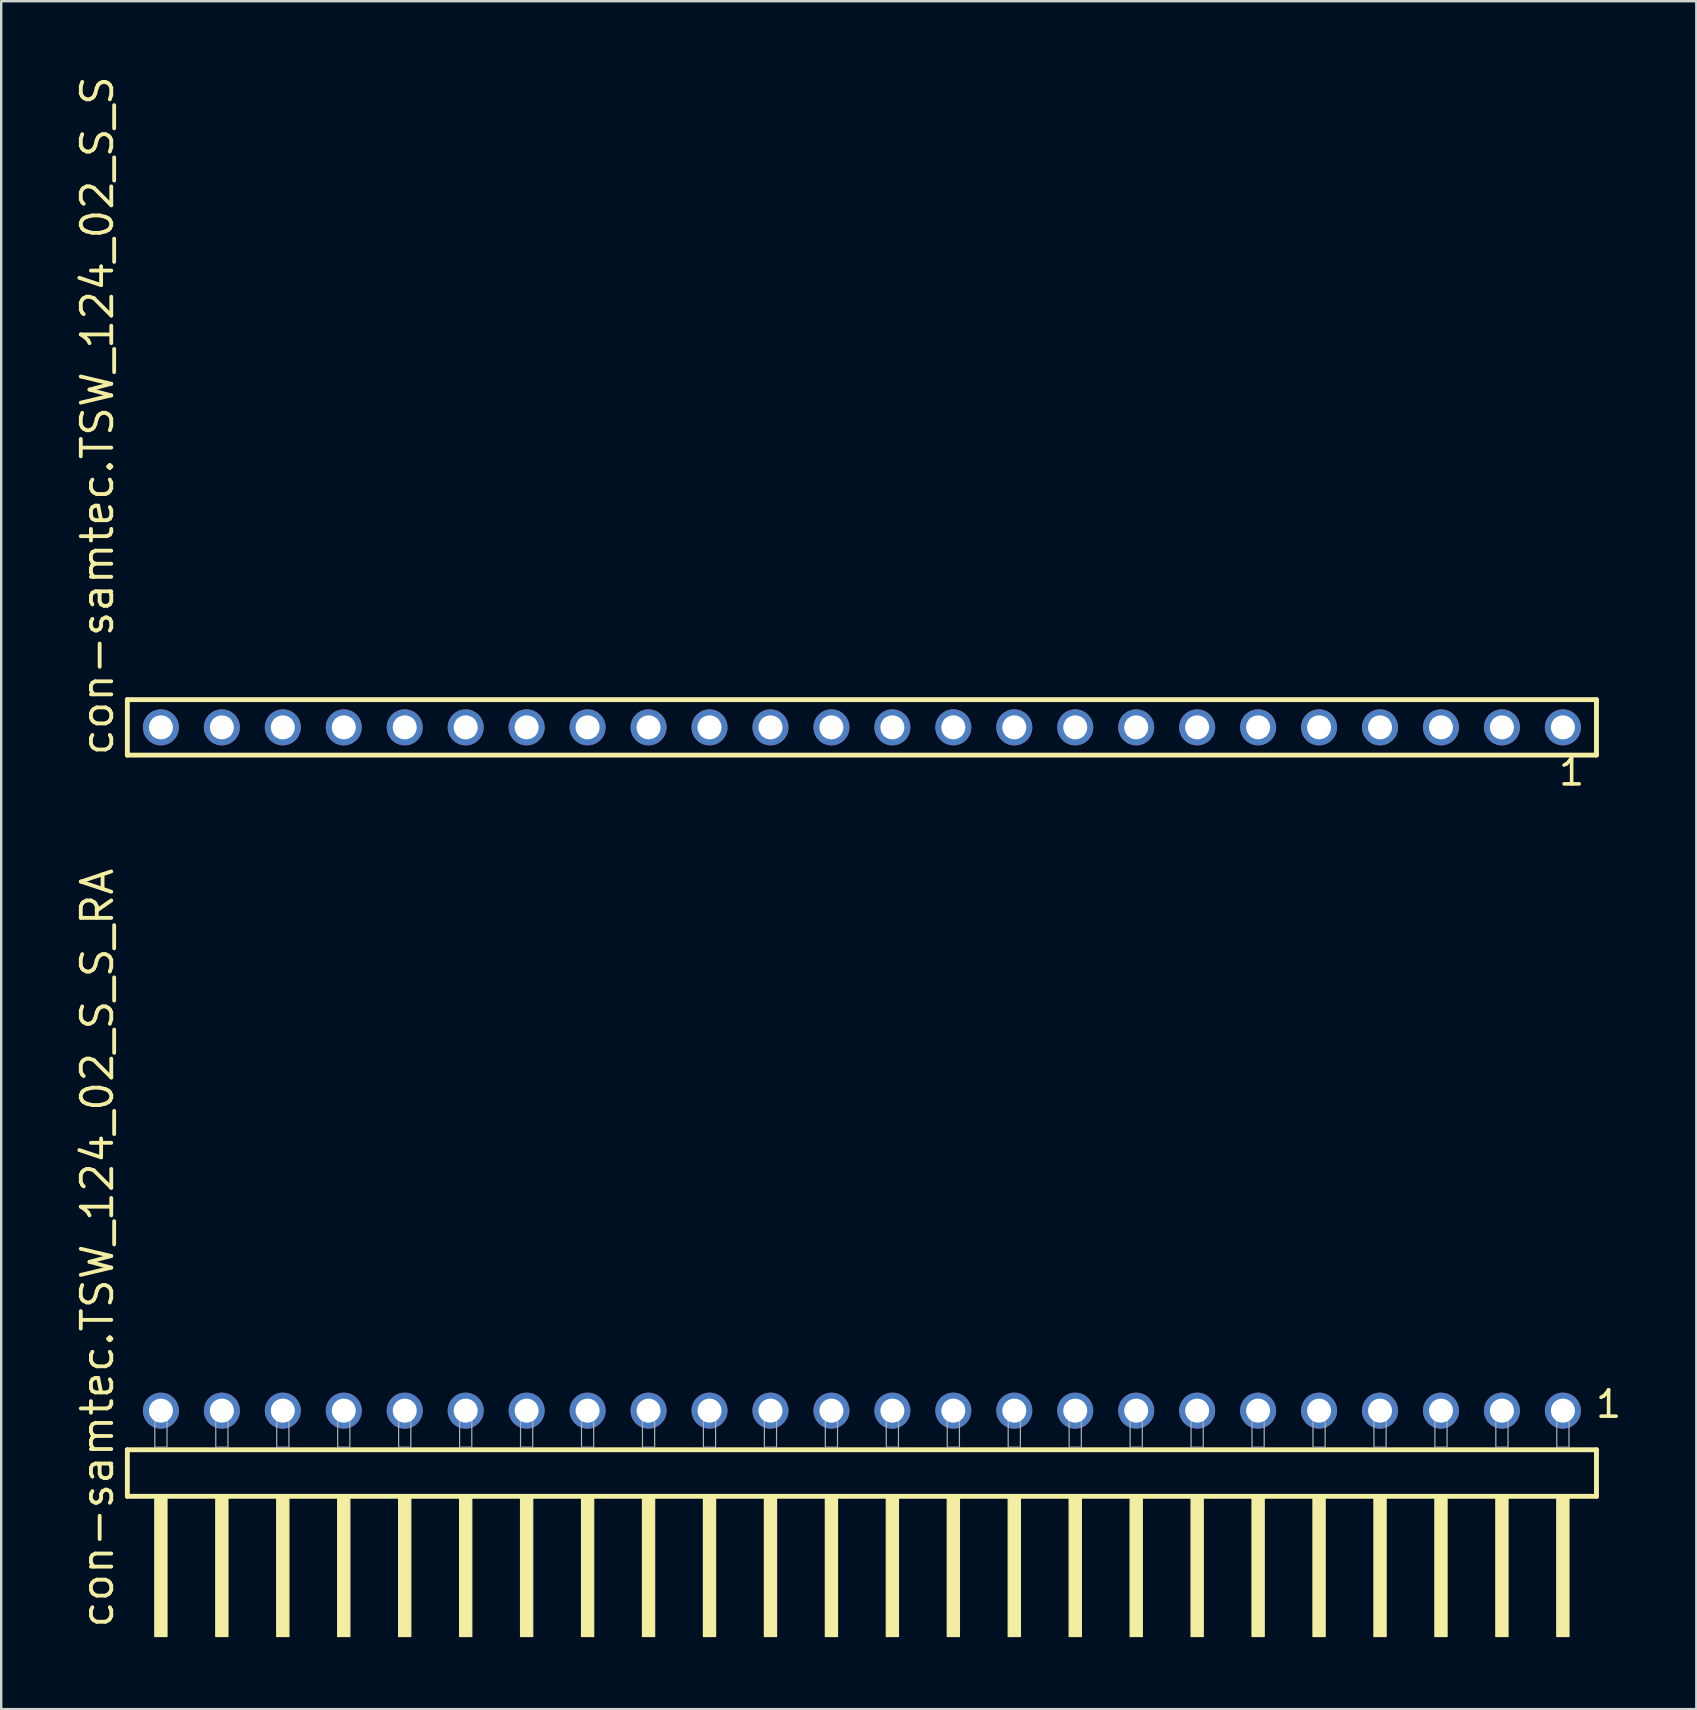
<source format=kicad_pcb>
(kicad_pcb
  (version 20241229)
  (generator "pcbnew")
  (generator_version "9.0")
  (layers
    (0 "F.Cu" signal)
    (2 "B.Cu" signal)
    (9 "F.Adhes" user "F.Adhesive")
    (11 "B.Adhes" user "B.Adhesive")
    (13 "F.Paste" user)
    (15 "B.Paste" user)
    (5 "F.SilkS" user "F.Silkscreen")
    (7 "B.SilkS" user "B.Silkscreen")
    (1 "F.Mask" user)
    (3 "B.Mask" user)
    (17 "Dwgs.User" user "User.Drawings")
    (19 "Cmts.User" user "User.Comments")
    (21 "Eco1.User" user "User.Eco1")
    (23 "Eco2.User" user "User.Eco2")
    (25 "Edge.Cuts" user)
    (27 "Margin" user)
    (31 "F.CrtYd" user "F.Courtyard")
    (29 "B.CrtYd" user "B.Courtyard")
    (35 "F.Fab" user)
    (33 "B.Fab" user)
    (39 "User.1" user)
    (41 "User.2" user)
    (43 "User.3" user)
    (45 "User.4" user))
  (footprint "con-samtec.TSW_124_02_S_S_RA"
    (layer "F.Cu")
    (at 32.865 57.255)
    (property "Reference" "con-samtec.TSW_124_02_S_S_RA" (at -31.115 7.62 90) (layer "F.SilkS") (effects (font (size 1.27 1.27) (thickness 0.16)) (justify left bottom)))
    (attr through_hole)
    (fp_line (start -30.609 0.106) (end -30.609 2.046) (stroke (width 0.203) (type default)) (layer "F.SilkS"))
    (fp_line (start -30.609 2.046) (end 30.609 2.046) (stroke (width 0.203) (type default)) (layer "F.SilkS"))
    (fp_line (start 30.609 0.106) (end -30.609 0.106) (stroke (width 0.203) (type default)) (layer "F.SilkS"))
    (fp_line (start 30.609 2.046) (end 30.609 0.106) (stroke (width 0.203) (type default)) (layer "F.SilkS"))
    (fp_rect (start -29.464 7.89) (end -28.956 2.04) (stroke (width 0.05) (type default)) (fill yes) (layer "F.SilkS"))
    (fp_rect (start -26.924 7.89) (end -26.416 2.04) (stroke (width 0.05) (type default)) (fill yes) (layer "F.SilkS"))
    (fp_rect (start -24.384 7.89) (end -23.876 2.04) (stroke (width 0.05) (type default)) (fill yes) (layer "F.SilkS"))
    (fp_rect (start -21.844 7.89) (end -21.336 2.04) (stroke (width 0.05) (type default)) (fill yes) (layer "F.SilkS"))
    (fp_rect (start -19.304 7.89) (end -18.796 2.04) (stroke (width 0.05) (type default)) (fill yes) (layer "F.SilkS"))
    (fp_rect (start -16.764 7.89) (end -16.256 2.04) (stroke (width 0.05) (type default)) (fill yes) (layer "F.SilkS"))
    (fp_rect (start -14.224 7.89) (end -13.716 2.04) (stroke (width 0.05) (type default)) (fill yes) (layer "F.SilkS"))
    (fp_rect (start -11.684 7.89) (end -11.176 2.04) (stroke (width 0.05) (type default)) (fill yes) (layer "F.SilkS"))
    (fp_rect (start -9.144 7.89) (end -8.636 2.04) (stroke (width 0.05) (type default)) (fill yes) (layer "F.SilkS"))
    (fp_rect (start -6.604 7.89) (end -6.096 2.04) (stroke (width 0.05) (type default)) (fill yes) (layer "F.SilkS"))
    (fp_rect (start -4.064 7.89) (end -3.556 2.04) (stroke (width 0.05) (type default)) (fill yes) (layer "F.SilkS"))
    (fp_rect (start -1.524 7.89) (end -1.016 2.04) (stroke (width 0.05) (type default)) (fill yes) (layer "F.SilkS"))
    (fp_rect (start 1.016 7.89) (end 1.524 2.04) (stroke (width 0.05) (type default)) (fill yes) (layer "F.SilkS"))
    (fp_rect (start 3.556 7.89) (end 4.064 2.04) (stroke (width 0.05) (type default)) (fill yes) (layer "F.SilkS"))
    (fp_rect (start 6.096 7.89) (end 6.604 2.04) (stroke (width 0.05) (type default)) (fill yes) (layer "F.SilkS"))
    (fp_rect (start 8.636 7.89) (end 9.144 2.04) (stroke (width 0.05) (type default)) (fill yes) (layer "F.SilkS"))
    (fp_rect (start 11.176 7.89) (end 11.684 2.04) (stroke (width 0.05) (type default)) (fill yes) (layer "F.SilkS"))
    (fp_rect (start 13.716 7.89) (end 14.224 2.04) (stroke (width 0.05) (type default)) (fill yes) (layer "F.SilkS"))
    (fp_rect (start 16.256 7.89) (end 16.764 2.04) (stroke (width 0.05) (type default)) (fill yes) (layer "F.SilkS"))
    (fp_rect (start 18.796 7.89) (end 19.304 2.04) (stroke (width 0.05) (type default)) (fill yes) (layer "F.SilkS"))
    (fp_rect (start 21.336 7.89) (end 21.844 2.04) (stroke (width 0.05) (type default)) (fill yes) (layer "F.SilkS"))
    (fp_rect (start 23.876 7.89) (end 24.384 2.04) (stroke (width 0.05) (type default)) (fill yes) (layer "F.SilkS"))
    (fp_rect (start 26.416 7.89) (end 26.924 2.04) (stroke (width 0.05) (type default)) (fill yes) (layer "F.SilkS"))
    (fp_rect (start 28.956 7.89) (end 29.464 2.04) (stroke (width 0.05) (type default)) (fill yes) (layer "F.SilkS"))
    (fp_rect (start -29.464 0) (end -28.956 -1.778) (stroke (width 0.05) (type default)) (fill no) (layer "F.Fab"))
    (fp_rect (start -26.924 0) (end -26.416 -1.778) (stroke (width 0.05) (type default)) (fill no) (layer "F.Fab"))
    (fp_rect (start -24.384 0) (end -23.876 -1.778) (stroke (width 0.05) (type default)) (fill no) (layer "F.Fab"))
    (fp_rect (start -21.844 0) (end -21.336 -1.778) (stroke (width 0.05) (type default)) (fill no) (layer "F.Fab"))
    (fp_rect (start -19.304 0) (end -18.796 -1.778) (stroke (width 0.05) (type default)) (fill no) (layer "F.Fab"))
    (fp_rect (start -16.764 0) (end -16.256 -1.778) (stroke (width 0.05) (type default)) (fill no) (layer "F.Fab"))
    (fp_rect (start -14.224 0) (end -13.716 -1.778) (stroke (width 0.05) (type default)) (fill no) (layer "F.Fab"))
    (fp_rect (start -11.684 0) (end -11.176 -1.778) (stroke (width 0.05) (type default)) (fill no) (layer "F.Fab"))
    (fp_rect (start -9.144 0) (end -8.636 -1.778) (stroke (width 0.05) (type default)) (fill no) (layer "F.Fab"))
    (fp_rect (start -6.604 0) (end -6.096 -1.778) (stroke (width 0.05) (type default)) (fill no) (layer "F.Fab"))
    (fp_rect (start -4.064 0) (end -3.556 -1.778) (stroke (width 0.05) (type default)) (fill no) (layer "F.Fab"))
    (fp_rect (start -1.524 0) (end -1.016 -1.778) (stroke (width 0.05) (type default)) (fill no) (layer "F.Fab"))
    (fp_rect (start 1.016 0) (end 1.524 -1.778) (stroke (width 0.05) (type default)) (fill no) (layer "F.Fab"))
    (fp_rect (start 3.556 0) (end 4.064 -1.778) (stroke (width 0.05) (type default)) (fill no) (layer "F.Fab"))
    (fp_rect (start 6.096 0) (end 6.604 -1.778) (stroke (width 0.05) (type default)) (fill no) (layer "F.Fab"))
    (fp_rect (start 8.636 0) (end 9.144 -1.778) (stroke (width 0.05) (type default)) (fill no) (layer "F.Fab"))
    (fp_rect (start 11.176 0) (end 11.684 -1.778) (stroke (width 0.05) (type default)) (fill no) (layer "F.Fab"))
    (fp_rect (start 13.716 0) (end 14.224 -1.778) (stroke (width 0.05) (type default)) (fill no) (layer "F.Fab"))
    (fp_rect (start 16.256 0) (end 16.764 -1.778) (stroke (width 0.05) (type default)) (fill no) (layer "F.Fab"))
    (fp_rect (start 18.796 0) (end 19.304 -1.778) (stroke (width 0.05) (type default)) (fill no) (layer "F.Fab"))
    (fp_rect (start 21.336 0) (end 21.844 -1.778) (stroke (width 0.05) (type default)) (fill no) (layer "F.Fab"))
    (fp_rect (start 23.876 0) (end 24.384 -1.778) (stroke (width 0.05) (type default)) (fill no) (layer "F.Fab"))
    (fp_rect (start 26.416 0) (end 26.924 -1.778) (stroke (width 0.05) (type default)) (fill no) (layer "F.Fab"))
    (fp_rect (start 28.956 0) (end 29.464 -1.778) (stroke (width 0.05) (type default)) (fill no) (layer "F.Fab"))
    (fp_text user "1" (at 30.492 -1.152 0) (layer "F.SilkS") (effects (font (size 1.1 1.1) (thickness 0.15)) (justify left bottom)))
    (pad "1" thru_hole circle (at 29.21 -1.524 180) (size 1.5 1.5) (drill 1) (layers "*.Cu" "*.Mask"))
    (pad "2" thru_hole circle (at 26.67 -1.524 180) (size 1.5 1.5) (drill 1) (layers "*.Cu" "*.Mask"))
    (pad "3" thru_hole circle (at 24.13 -1.524 180) (size 1.5 1.5) (drill 1) (layers "*.Cu" "*.Mask"))
    (pad "4" thru_hole circle (at 21.59 -1.524 180) (size 1.5 1.5) (drill 1) (layers "*.Cu" "*.Mask"))
    (pad "5" thru_hole circle (at 19.05 -1.524 180) (size 1.5 1.5) (drill 1) (layers "*.Cu" "*.Mask"))
    (pad "6" thru_hole circle (at 16.51 -1.524 180) (size 1.5 1.5) (drill 1) (layers "*.Cu" "*.Mask"))
    (pad "7" thru_hole circle (at 13.97 -1.524 180) (size 1.5 1.5) (drill 1) (layers "*.Cu" "*.Mask"))
    (pad "8" thru_hole circle (at 11.43 -1.524 180) (size 1.5 1.5) (drill 1) (layers "*.Cu" "*.Mask"))
    (pad "9" thru_hole circle (at 8.89 -1.524 180) (size 1.5 1.5) (drill 1) (layers "*.Cu" "*.Mask"))
    (pad "10" thru_hole circle (at 6.35 -1.524 180) (size 1.5 1.5) (drill 1) (layers "*.Cu" "*.Mask"))
    (pad "11" thru_hole circle (at 3.81 -1.524 180) (size 1.5 1.5) (drill 1) (layers "*.Cu" "*.Mask"))
    (pad "12" thru_hole circle (at 1.27 -1.524 180) (size 1.5 1.5) (drill 1) (layers "*.Cu" "*.Mask"))
    (pad "13" thru_hole circle (at -1.27 -1.524 180) (size 1.5 1.5) (drill 1) (layers "*.Cu" "*.Mask"))
    (pad "14" thru_hole circle (at -3.81 -1.524 180) (size 1.5 1.5) (drill 1) (layers "*.Cu" "*.Mask"))
    (pad "15" thru_hole circle (at -6.35 -1.524 180) (size 1.5 1.5) (drill 1) (layers "*.Cu" "*.Mask"))
    (pad "16" thru_hole circle (at -8.89 -1.524 180) (size 1.5 1.5) (drill 1) (layers "*.Cu" "*.Mask"))
    (pad "17" thru_hole circle (at -11.43 -1.524 180) (size 1.5 1.5) (drill 1) (layers "*.Cu" "*.Mask"))
    (pad "18" thru_hole circle (at -13.97 -1.524 180) (size 1.5 1.5) (drill 1) (layers "*.Cu" "*.Mask"))
    (pad "19" thru_hole circle (at -16.51 -1.524 180) (size 1.5 1.5) (drill 1) (layers "*.Cu" "*.Mask"))
    (pad "20" thru_hole circle (at -19.05 -1.524 180) (size 1.5 1.5) (drill 1) (layers "*.Cu" "*.Mask"))
    (pad "21" thru_hole circle (at -21.59 -1.524 180) (size 1.5 1.5) (drill 1) (layers "*.Cu" "*.Mask"))
    (pad "22" thru_hole circle (at -24.13 -1.524 180) (size 1.5 1.5) (drill 1) (layers "*.Cu" "*.Mask"))
    (pad "23" thru_hole circle (at -26.67 -1.524 180) (size 1.5 1.5) (drill 1) (layers "*.Cu" "*.Mask"))
    (pad "24" thru_hole circle (at -29.21 -1.524 180) (size 1.5 1.5) (drill 1) (layers "*.Cu" "*.Mask")))
  (footprint "con-samtec.TSW_124_02_S_S"
    (layer "F.Cu")
    (at 32.865 27.259)
    (property "Reference" "con-samtec.TSW_124_02_S_S" (at -31.115 1.27 90) (layer "F.SilkS") (effects (font (size 1.27 1.27) (thickness 0.16)) (justify left bottom)))
    (attr through_hole)
    (fp_line (start -30.609 -1.155) (end 30.609 -1.155) (stroke (width 0.203) (type default)) (layer "F.SilkS"))
    (fp_line (start -30.609 1.155) (end -30.609 -1.155) (stroke (width 0.203) (type default)) (layer "F.SilkS"))
    (fp_line (start 30.609 -1.155) (end 30.609 1.155) (stroke (width 0.203) (type default)) (layer "F.SilkS"))
    (fp_line (start 30.609 1.155) (end -30.609 1.155) (stroke (width 0.203) (type default)) (layer "F.SilkS"))
    (fp_rect (start -29.56 0.35) (end -28.86 -0.35) (stroke (width 0.05) (type default)) (fill no) (layer "F.Fab"))
    (fp_rect (start -27.02 0.35) (end -26.32 -0.35) (stroke (width 0.05) (type default)) (fill no) (layer "F.Fab"))
    (fp_rect (start -24.48 0.35) (end -23.78 -0.35) (stroke (width 0.05) (type default)) (fill no) (layer "F.Fab"))
    (fp_rect (start -21.94 0.35) (end -21.24 -0.35) (stroke (width 0.05) (type default)) (fill no) (layer "F.Fab"))
    (fp_rect (start -19.4 0.35) (end -18.7 -0.35) (stroke (width 0.05) (type default)) (fill no) (layer "F.Fab"))
    (fp_rect (start -16.86 0.35) (end -16.16 -0.35) (stroke (width 0.05) (type default)) (fill no) (layer "F.Fab"))
    (fp_rect (start -14.32 0.35) (end -13.62 -0.35) (stroke (width 0.05) (type default)) (fill no) (layer "F.Fab"))
    (fp_rect (start -11.78 0.35) (end -11.08 -0.35) (stroke (width 0.05) (type default)) (fill no) (layer "F.Fab"))
    (fp_rect (start -9.24 0.35) (end -8.54 -0.35) (stroke (width 0.05) (type default)) (fill no) (layer "F.Fab"))
    (fp_rect (start -6.7 0.35) (end -6 -0.35) (stroke (width 0.05) (type default)) (fill no) (layer "F.Fab"))
    (fp_rect (start -4.16 0.35) (end -3.46 -0.35) (stroke (width 0.05) (type default)) (fill no) (layer "F.Fab"))
    (fp_rect (start -1.62 0.35) (end -0.92 -0.35) (stroke (width 0.05) (type default)) (fill no) (layer "F.Fab"))
    (fp_rect (start 0.92 0.35) (end 1.62 -0.35) (stroke (width 0.05) (type default)) (fill no) (layer "F.Fab"))
    (fp_rect (start 3.46 0.35) (end 4.16 -0.35) (stroke (width 0.05) (type default)) (fill no) (layer "F.Fab"))
    (fp_rect (start 6 0.35) (end 6.7 -0.35) (stroke (width 0.05) (type default)) (fill no) (layer "F.Fab"))
    (fp_rect (start 8.54 0.35) (end 9.24 -0.35) (stroke (width 0.05) (type default)) (fill no) (layer "F.Fab"))
    (fp_rect (start 11.08 0.35) (end 11.78 -0.35) (stroke (width 0.05) (type default)) (fill no) (layer "F.Fab"))
    (fp_rect (start 13.62 0.35) (end 14.32 -0.35) (stroke (width 0.05) (type default)) (fill no) (layer "F.Fab"))
    (fp_rect (start 16.16 0.35) (end 16.86 -0.35) (stroke (width 0.05) (type default)) (fill no) (layer "F.Fab"))
    (fp_rect (start 18.7 0.35) (end 19.4 -0.35) (stroke (width 0.05) (type default)) (fill no) (layer "F.Fab"))
    (fp_rect (start 21.24 0.35) (end 21.94 -0.35) (stroke (width 0.05) (type default)) (fill no) (layer "F.Fab"))
    (fp_rect (start 23.78 0.35) (end 24.48 -0.35) (stroke (width 0.05) (type default)) (fill no) (layer "F.Fab"))
    (fp_rect (start 26.32 0.35) (end 27.02 -0.35) (stroke (width 0.05) (type default)) (fill no) (layer "F.Fab"))
    (fp_rect (start 28.86 0.35) (end 29.56 -0.35) (stroke (width 0.05) (type default)) (fill no) (layer "F.Fab"))
    (fp_text user "1" (at 28.952 2.498 0) (layer "F.SilkS") (effects (font (size 1.1 1.1) (thickness 0.15)) (justify left bottom)))
    (pad "1" thru_hole circle (at 29.21 0 180) (size 1.5 1.5) (drill 1) (layers "*.Cu" "*.Mask"))
    (pad "2" thru_hole circle (at 26.67 0 180) (size 1.5 1.5) (drill 1) (layers "*.Cu" "*.Mask"))
    (pad "3" thru_hole circle (at 24.13 0 180) (size 1.5 1.5) (drill 1) (layers "*.Cu" "*.Mask"))
    (pad "4" thru_hole circle (at 21.59 0 180) (size 1.5 1.5) (drill 1) (layers "*.Cu" "*.Mask"))
    (pad "5" thru_hole circle (at 19.05 0 180) (size 1.5 1.5) (drill 1) (layers "*.Cu" "*.Mask"))
    (pad "6" thru_hole circle (at 16.51 0 180) (size 1.5 1.5) (drill 1) (layers "*.Cu" "*.Mask"))
    (pad "7" thru_hole circle (at 13.97 0 180) (size 1.5 1.5) (drill 1) (layers "*.Cu" "*.Mask"))
    (pad "8" thru_hole circle (at 11.43 0 180) (size 1.5 1.5) (drill 1) (layers "*.Cu" "*.Mask"))
    (pad "9" thru_hole circle (at 8.89 0 180) (size 1.5 1.5) (drill 1) (layers "*.Cu" "*.Mask"))
    (pad "10" thru_hole circle (at 6.35 0 180) (size 1.5 1.5) (drill 1) (layers "*.Cu" "*.Mask"))
    (pad "11" thru_hole circle (at 3.81 0 180) (size 1.5 1.5) (drill 1) (layers "*.Cu" "*.Mask"))
    (pad "12" thru_hole circle (at 1.27 0 180) (size 1.5 1.5) (drill 1) (layers "*.Cu" "*.Mask"))
    (pad "13" thru_hole circle (at -1.27 0 180) (size 1.5 1.5) (drill 1) (layers "*.Cu" "*.Mask"))
    (pad "14" thru_hole circle (at -3.81 0 180) (size 1.5 1.5) (drill 1) (layers "*.Cu" "*.Mask"))
    (pad "15" thru_hole circle (at -6.35 0 180) (size 1.5 1.5) (drill 1) (layers "*.Cu" "*.Mask"))
    (pad "16" thru_hole circle (at -8.89 0 180) (size 1.5 1.5) (drill 1) (layers "*.Cu" "*.Mask"))
    (pad "17" thru_hole circle (at -11.43 0 180) (size 1.5 1.5) (drill 1) (layers "*.Cu" "*.Mask"))
    (pad "18" thru_hole circle (at -13.97 0 180) (size 1.5 1.5) (drill 1) (layers "*.Cu" "*.Mask"))
    (pad "19" thru_hole circle (at -16.51 0 180) (size 1.5 1.5) (drill 1) (layers "*.Cu" "*.Mask"))
    (pad "20" thru_hole circle (at -19.05 0 180) (size 1.5 1.5) (drill 1) (layers "*.Cu" "*.Mask"))
    (pad "21" thru_hole circle (at -21.59 0 180) (size 1.5 1.5) (drill 1) (layers "*.Cu" "*.Mask"))
    (pad "22" thru_hole circle (at -24.13 0 180) (size 1.5 1.5) (drill 1) (layers "*.Cu" "*.Mask"))
    (pad "23" thru_hole circle (at -26.67 0 180) (size 1.5 1.5) (drill 1) (layers "*.Cu" "*.Mask"))
    (pad "24" thru_hole circle (at -29.21 0 180) (size 1.5 1.5) (drill 1) (layers "*.Cu" "*.Mask")))
  (gr_rect
    (start -3 -3)
    (end 67.635 68.17)
    (stroke (width 0.1) (type default))
    (fill no)
    (layer "Edge.Cuts")))
</source>
